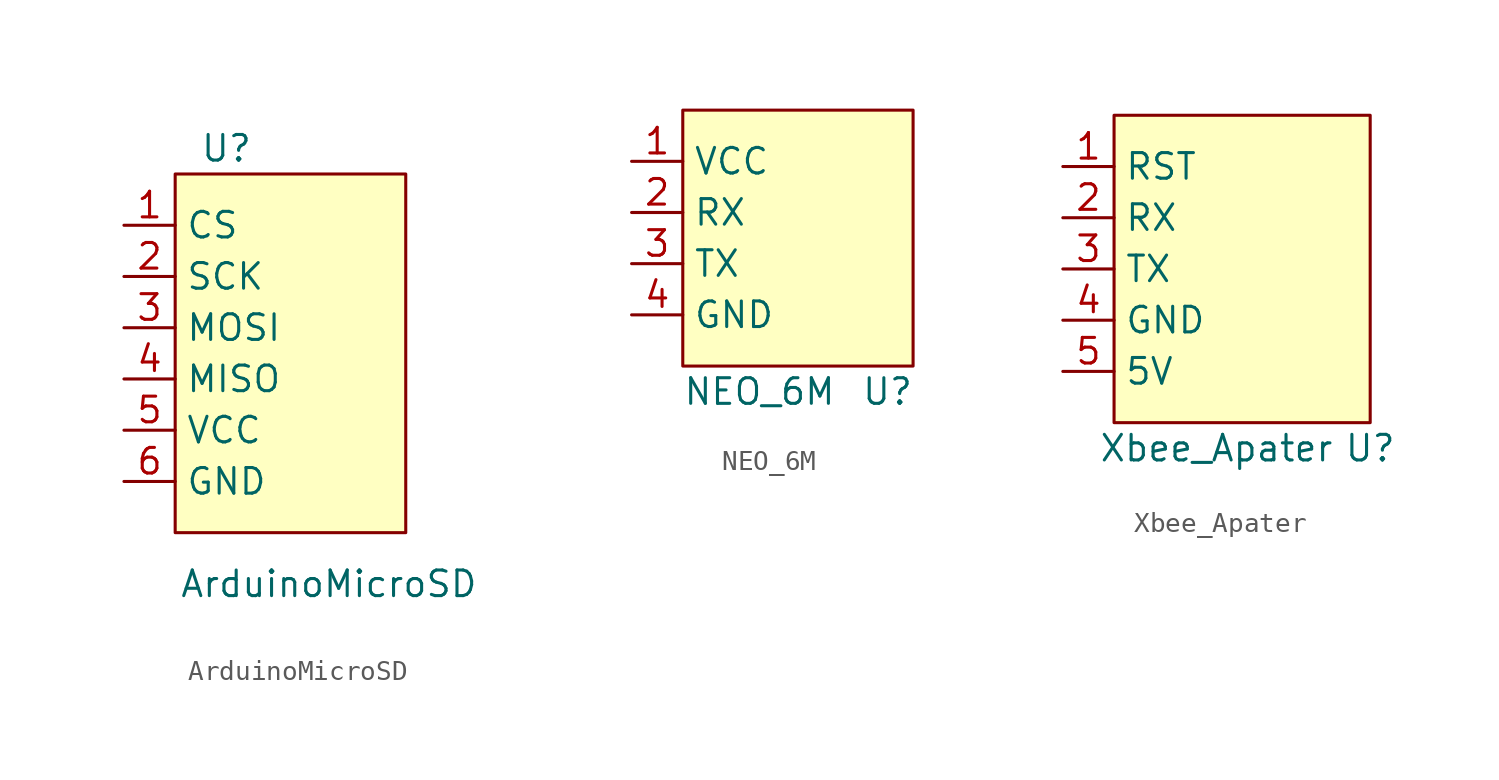
<source format=kicad_sym>
(kicad_symbol_lib
  (version 20211014)
  (generator kicad_symbol_editor)
  (symbol "ArduinoMicroSD"
    (property "Reference" "U"
      (at -1.27 17.78 0)
      (effects (font (size 1.27 1.27))))
    (property "Value" "ArduinoMicroSD"
      (at 3.81 -3.81 0)
      (effects (font (size 1.27 1.27))))
    (symbol "ArduinoMicroSD_0_1"
      (rectangle (start -3.81 16.51) (end 7.62 -1.27) (stroke (width 0) (type default) (color 0 0 0 0)) (fill (type background))))
    (symbol "ArduinoMicroSD_1_1"
      (pin input line (at -6.35 13.97 0) (length 2.54) (name "CS" (effects (font (size 1.27 1.27)))) (number "1" (effects (font (size 1.27 1.27)))))
      (pin input line (at -6.35 11.43 0) (length 2.54) (name "SCK" (effects (font (size 1.27 1.27)))) (number "2" (effects (font (size 1.27 1.27)))))
      (pin input line (at -6.35 8.89 0) (length 2.54) (name "MOSI" (effects (font (size 1.27 1.27)))) (number "3" (effects (font (size 1.27 1.27)))))
      (pin input line (at -6.35 6.35 0) (length 2.54) (name "MISO" (effects (font (size 1.27 1.27)))) (number "4" (effects (font (size 1.27 1.27)))))
      (pin input line (at -6.35 3.81 0) (length 2.54) (name "VCC" (effects (font (size 1.27 1.27)))) (number "5" (effects (font (size 1.27 1.27)))))
      (pin input line (at -6.35 1.27 0) (length 2.54) (name "GND" (effects (font (size 1.27 1.27)))) (number "6" (effects (font (size 1.27 1.27)))))))
  (symbol "NEO_6M"
    (property "Reference" "U"
      (at 3.81 -7.62 0)
      (effects (font (size 1.27 1.27))))
    (property "Value" "NEO_6M"
      (at -2.54 -7.62 0)
      (effects (font (size 1.27 1.27))))
    (symbol "NEO_6M_0_1"
      (rectangle (start -6.35 6.35) (end 5.08 -6.35) (stroke (width 0) (type default) (color 0 0 0 0)) (fill (type background))))
    (symbol "NEO_6M_1_1"
      (pin input line (at -8.89 3.81 0) (length 2.54) (name "VCC" (effects (font (size 1.27 1.27)))) (number "1" (effects (font (size 1.27 1.27)))))
      (pin input line (at -8.89 1.27 0) (length 2.54) (name "RX" (effects (font (size 1.27 1.27)))) (number "2" (effects (font (size 1.27 1.27)))))
      (pin input line (at -8.89 -1.27 0) (length 2.54) (name "TX" (effects (font (size 1.27 1.27)))) (number "3" (effects (font (size 1.27 1.27)))))
      (pin input line (at -8.89 -3.81 0) (length 2.54) (name "GND" (effects (font (size 1.27 1.27)))) (number "4" (effects (font (size 1.27 1.27)))))))
  (symbol "Xbee_Apater"
    (property "Reference" "U"
      (at 7.62 -7.62 0)
      (effects (font (size 1.27 1.27))))
    (property "Value" "Xbee_Apater"
      (at 0 -7.62 0)
      (effects (font (size 1.27 1.27))))
    (symbol "Xbee_Apater_0_1"
      (rectangle (start -5.08 8.89) (end 7.62 -6.35) (stroke (width 0) (type default) (color 0 0 0 0)) (fill (type background))))
    (symbol "Xbee_Apater_1_1"
      (pin input line (at -7.62 6.35 0) (length 2.54) (name "RST" (effects (font (size 1.27 1.27)))) (number "1" (effects (font (size 1.27 1.27)))))
      (pin input line (at -7.62 3.81 0) (length 2.54) (name "RX" (effects (font (size 1.27 1.27)))) (number "2" (effects (font (size 1.27 1.27)))))
      (pin input line (at -7.62 1.27 0) (length 2.54) (name "TX" (effects (font (size 1.27 1.27)))) (number "3" (effects (font (size 1.27 1.27)))))
      (pin input line (at -7.62 -1.27 0) (length 2.54) (name "GND" (effects (font (size 1.27 1.27)))) (number "4" (effects (font (size 1.27 1.27)))))
      (pin input line (at -7.62 -3.81 0) (length 2.54) (name "5V" (effects (font (size 1.27 1.27)))) (number "5" (effects (font (size 1.27 1.27))))))))
</source>
